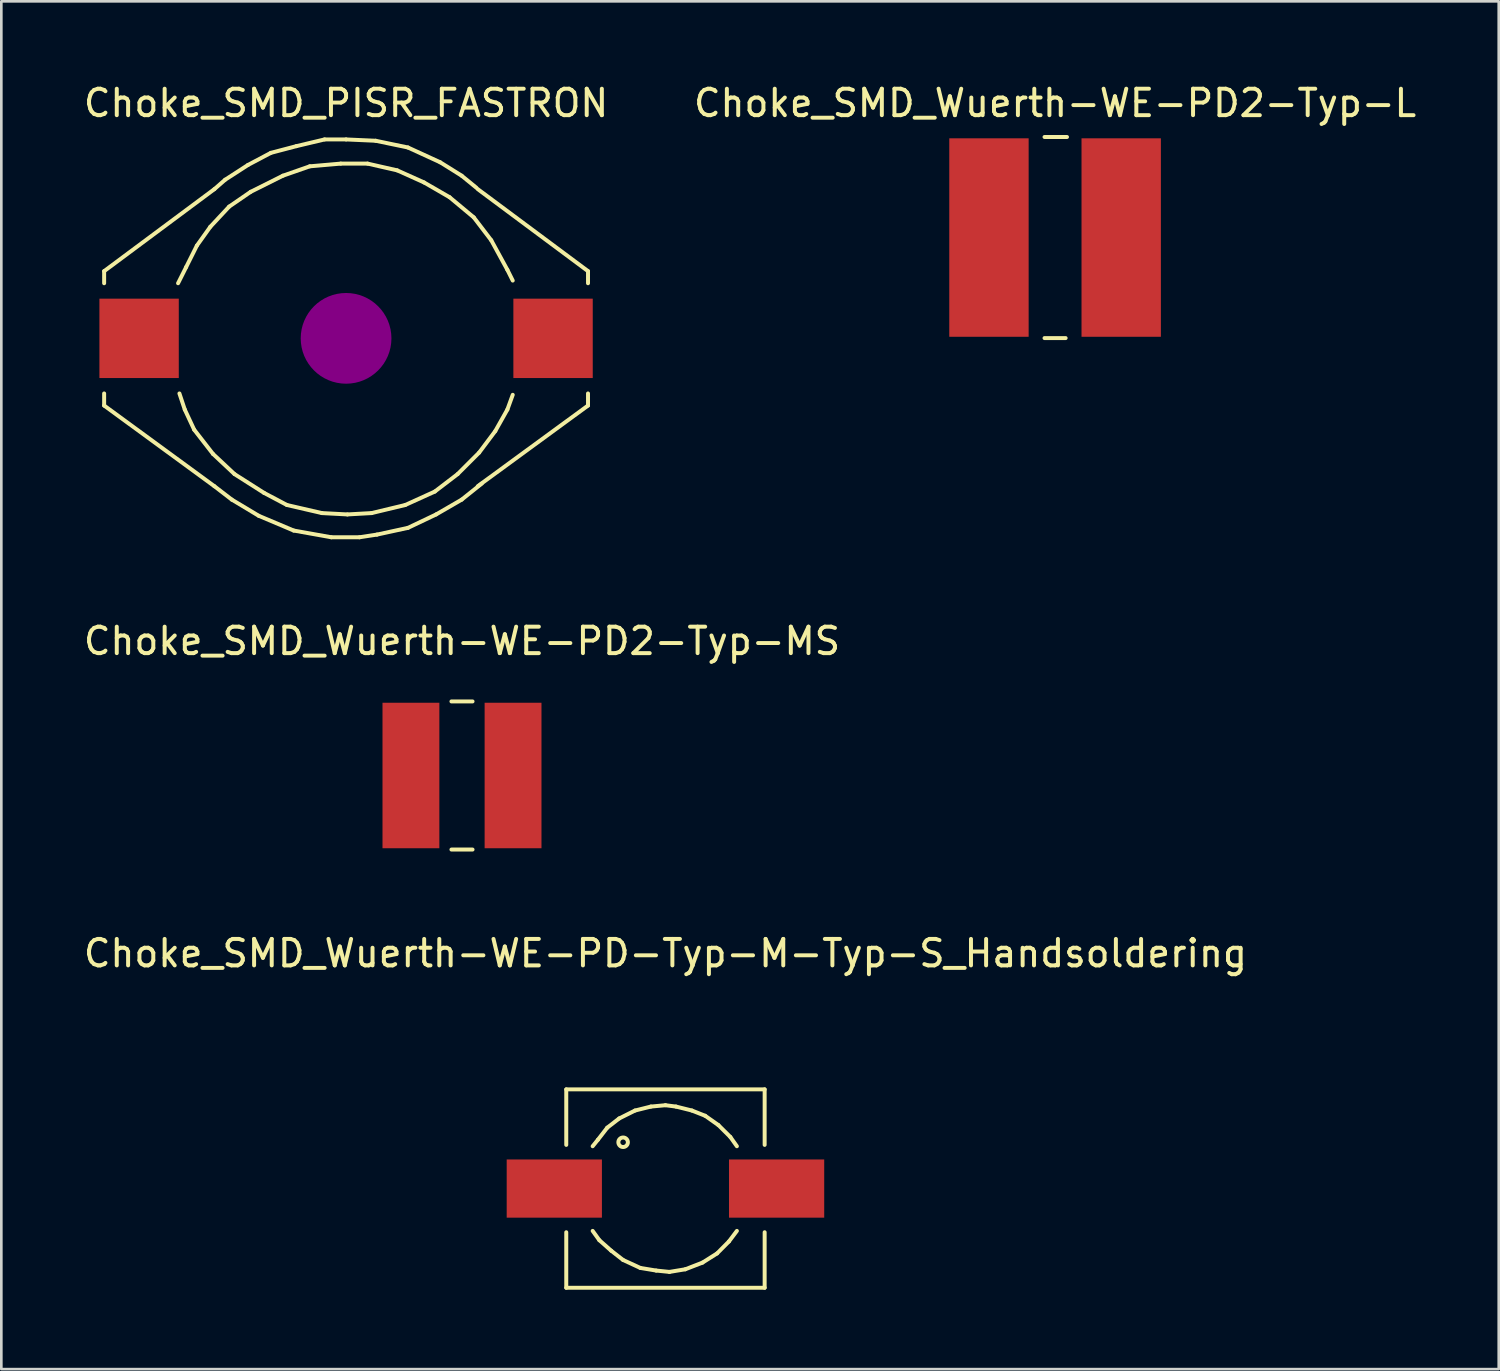
<source format=kicad_pcb>
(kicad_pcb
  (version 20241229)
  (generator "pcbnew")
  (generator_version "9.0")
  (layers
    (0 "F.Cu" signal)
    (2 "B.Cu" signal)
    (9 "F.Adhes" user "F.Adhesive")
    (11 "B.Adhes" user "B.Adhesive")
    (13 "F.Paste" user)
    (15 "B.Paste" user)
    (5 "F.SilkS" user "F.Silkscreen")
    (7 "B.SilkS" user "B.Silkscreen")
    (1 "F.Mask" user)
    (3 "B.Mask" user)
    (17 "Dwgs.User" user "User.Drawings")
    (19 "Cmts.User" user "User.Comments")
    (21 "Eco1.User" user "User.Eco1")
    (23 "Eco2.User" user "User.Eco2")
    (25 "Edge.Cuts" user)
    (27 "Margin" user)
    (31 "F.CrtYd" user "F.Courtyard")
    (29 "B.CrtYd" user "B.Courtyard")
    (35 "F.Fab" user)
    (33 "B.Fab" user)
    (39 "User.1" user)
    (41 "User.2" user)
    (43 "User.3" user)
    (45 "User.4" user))
  (footprint "Choke_SMD_Wuerth-WE-PD-Typ-M-Typ-S_Handsoldering"
    (layer "F.Cu")
    (at 22.101 41.872)
    (property "Reference" "Choke_SMD_Wuerth-WE-PD-Typ-M-Typ-S_Handsoldering" (at 0 -8.89 0) (layer "F.SilkS") (effects (font (size 1 1) (thickness 0.15))))
    (attr smd)
    (fp_line (start -3.749 -3.749) (end -3.749 -1.651) (stroke (width 0.15) (type solid)) (layer "F.SilkS"))
    (fp_line (start -3.749 1.651) (end -3.749 3.749) (stroke (width 0.15) (type solid)) (layer "F.SilkS"))
    (fp_line (start -3.749 3.749) (end 3.749 3.749) (stroke (width 0.15) (type solid)) (layer "F.SilkS"))
    (fp_line (start -2.751 1.6) (end -2.499 1.951) (stroke (width 0.15) (type solid)) (layer "F.SilkS"))
    (fp_line (start -2.55 -1.849) (end -2.751 -1.6) (stroke (width 0.15) (type solid)) (layer "F.SilkS"))
    (fp_line (start -2.499 1.951) (end -2.05 2.349) (stroke (width 0.15) (type solid)) (layer "F.SilkS"))
    (fp_line (start -2.2 -2.301) (end -2.55 -1.849) (stroke (width 0.15) (type solid)) (layer "F.SilkS"))
    (fp_line (start -2.05 2.349) (end -1.6 2.7) (stroke (width 0.15) (type solid)) (layer "F.SilkS"))
    (fp_line (start -1.75 -2.649) (end -2.2 -2.301) (stroke (width 0.15) (type solid)) (layer "F.SilkS"))
    (fp_line (start -1.6 2.7) (end -0.95 3) (stroke (width 0.15) (type solid)) (layer "F.SilkS"))
    (fp_line (start -1.151 -2.949) (end -1.75 -2.649) (stroke (width 0.15) (type solid)) (layer "F.SilkS"))
    (fp_line (start -0.95 3) (end -0.351 3.099) (stroke (width 0.15) (type solid)) (layer "F.SilkS"))
    (fp_line (start -0.551 -3.099) (end -1.151 -2.949) (stroke (width 0.15) (type solid)) (layer "F.SilkS"))
    (fp_line (start -0.351 3.099) (end 0.15 3.15) (stroke (width 0.15) (type solid)) (layer "F.SilkS"))
    (fp_line (start 0 -3.15) (end -0.551 -3.099) (stroke (width 0.15) (type solid)) (layer "F.SilkS"))
    (fp_line (start 0.15 3.15) (end 0.749 3.051) (stroke (width 0.15) (type solid)) (layer "F.SilkS"))
    (fp_line (start 0.399 -3.099) (end 0 -3.15) (stroke (width 0.15) (type solid)) (layer "F.SilkS"))
    (fp_line (start 0.749 3.051) (end 1.4 2.799) (stroke (width 0.15) (type solid)) (layer "F.SilkS"))
    (fp_line (start 1.001 -2.949) (end 0.399 -3.099) (stroke (width 0.15) (type solid)) (layer "F.SilkS"))
    (fp_line (start 1.4 2.799) (end 1.951 2.451) (stroke (width 0.15) (type solid)) (layer "F.SilkS"))
    (fp_line (start 1.501 -2.751) (end 1.001 -2.949) (stroke (width 0.15) (type solid)) (layer "F.SilkS"))
    (fp_line (start 1.951 2.451) (end 2.4 1.999) (stroke (width 0.15) (type solid)) (layer "F.SilkS"))
    (fp_line (start 1.999 -2.4) (end 1.501 -2.751) (stroke (width 0.15) (type solid)) (layer "F.SilkS"))
    (fp_line (start 2.4 1.999) (end 2.7 1.6) (stroke (width 0.15) (type solid)) (layer "F.SilkS"))
    (fp_line (start 2.451 -1.951) (end 1.999 -2.4) (stroke (width 0.15) (type solid)) (layer "F.SilkS"))
    (fp_line (start 2.7 -1.6) (end 2.451 -1.951) (stroke (width 0.15) (type solid)) (layer "F.SilkS"))
    (fp_line (start 3.749 -3.749) (end -3.749 -3.749) (stroke (width 0.15) (type solid)) (layer "F.SilkS"))
    (fp_line (start 3.749 -3.749) (end 3.749 -1.651) (stroke (width 0.15) (type solid)) (layer "F.SilkS"))
    (fp_line (start 3.749 3.749) (end 3.749 1.651) (stroke (width 0.15) (type solid)) (layer "F.SilkS"))
    (fp_circle (center -1.6 -1.75) (end -1.501 -1.6) (stroke (width 0.15) (type solid)) (fill no) (layer "F.SilkS"))
    (pad "1" smd rect (at -4.201 0) (size 3.599 2.2) (layers "F.Cu" "F.Mask" "F.Paste"))
    (pad "2" smd rect (at 4.201 0) (size 3.599 2.2) (layers "F.Cu" "F.Mask" "F.Paste")))
  (footprint "Choke_SMD_PISR_FASTRON"
    (layer "F.Cu")
    (at 10.03 9.738)
    (property "Reference" "Choke_SMD_PISR_FASTRON" (at 0 -8.89 0) (layer "F.SilkS") (effects (font (size 1 1) (thickness 0.15))))
    (attr smd)
    (fp_line (start -9.144 -2.54) (end -4.978 -5.639) (stroke (width 0.15) (type solid)) (layer "F.SilkS"))
    (fp_line (start -9.144 -2.083) (end -9.144 -2.54) (stroke (width 0.15) (type solid)) (layer "F.SilkS"))
    (fp_line (start -9.144 2.083) (end -9.144 2.54) (stroke (width 0.15) (type solid)) (layer "F.SilkS"))
    (fp_line (start -9.144 2.54) (end -4.978 5.588) (stroke (width 0.15) (type solid)) (layer "F.SilkS"))
    (fp_line (start -6.35 -2.083) (end -6.045 -2.692) (stroke (width 0.15) (type solid)) (layer "F.SilkS"))
    (fp_line (start -6.299 2.083) (end -6.096 2.692) (stroke (width 0.15) (type solid)) (layer "F.SilkS"))
    (fp_line (start -6.096 2.692) (end -5.74 3.454) (stroke (width 0.15) (type solid)) (layer "F.SilkS"))
    (fp_line (start -6.045 -2.692) (end -5.639 -3.505) (stroke (width 0.15) (type solid)) (layer "F.SilkS"))
    (fp_line (start -5.74 3.454) (end -5.029 4.369) (stroke (width 0.15) (type solid)) (layer "F.SilkS"))
    (fp_line (start -5.639 -3.505) (end -5.131 -4.216) (stroke (width 0.15) (type solid)) (layer "F.SilkS"))
    (fp_line (start -5.131 -4.216) (end -4.42 -4.978) (stroke (width 0.15) (type solid)) (layer "F.SilkS"))
    (fp_line (start -5.029 4.369) (end -4.216 5.131) (stroke (width 0.15) (type solid)) (layer "F.SilkS"))
    (fp_line (start -4.978 -5.639) (end -4.572 -5.994) (stroke (width 0.15) (type solid)) (layer "F.SilkS"))
    (fp_line (start -4.978 5.588) (end -4.318 6.096) (stroke (width 0.15) (type solid)) (layer "F.SilkS"))
    (fp_line (start -4.572 -5.994) (end -3.708 -6.553) (stroke (width 0.15) (type solid)) (layer "F.SilkS"))
    (fp_line (start -4.42 -4.978) (end -3.607 -5.537) (stroke (width 0.15) (type solid)) (layer "F.SilkS"))
    (fp_line (start -4.318 6.096) (end -3.302 6.706) (stroke (width 0.15) (type solid)) (layer "F.SilkS"))
    (fp_line (start -4.216 5.131) (end -3.099 5.842) (stroke (width 0.15) (type solid)) (layer "F.SilkS"))
    (fp_line (start -3.708 -6.553) (end -2.845 -7.01) (stroke (width 0.15) (type solid)) (layer "F.SilkS"))
    (fp_line (start -3.607 -5.537) (end -2.388 -6.147) (stroke (width 0.15) (type solid)) (layer "F.SilkS"))
    (fp_line (start -3.302 6.706) (end -1.981 7.264) (stroke (width 0.15) (type solid)) (layer "F.SilkS"))
    (fp_line (start -3.099 5.842) (end -2.235 6.299) (stroke (width 0.15) (type solid)) (layer "F.SilkS"))
    (fp_line (start -2.845 -7.01) (end -1.88 -7.264) (stroke (width 0.15) (type solid)) (layer "F.SilkS"))
    (fp_line (start -2.388 -6.147) (end -1.372 -6.502) (stroke (width 0.15) (type solid)) (layer "F.SilkS"))
    (fp_line (start -2.235 6.299) (end -0.914 6.604) (stroke (width 0.15) (type solid)) (layer "F.SilkS"))
    (fp_line (start -1.981 7.264) (end -0.559 7.518) (stroke (width 0.15) (type solid)) (layer "F.SilkS"))
    (fp_line (start -1.88 -7.264) (end -0.813 -7.518) (stroke (width 0.15) (type solid)) (layer "F.SilkS"))
    (fp_line (start -1.372 -6.502) (end -0.203 -6.604) (stroke (width 0.15) (type solid)) (layer "F.SilkS"))
    (fp_line (start -0.914 6.604) (end 0.051 6.655) (stroke (width 0.15) (type solid)) (layer "F.SilkS"))
    (fp_line (start -0.813 -7.518) (end 0 -7.518) (stroke (width 0.15) (type solid)) (layer "F.SilkS"))
    (fp_line (start -0.559 7.518) (end 0.508 7.518) (stroke (width 0.15) (type solid)) (layer "F.SilkS"))
    (fp_line (start -0.203 -6.604) (end 0.813 -6.604) (stroke (width 0.15) (type solid)) (layer "F.SilkS"))
    (fp_line (start 0 -7.518) (end 1.118 -7.468) (stroke (width 0.15) (type solid)) (layer "F.SilkS"))
    (fp_line (start 0.051 6.655) (end 0.965 6.604) (stroke (width 0.15) (type solid)) (layer "F.SilkS"))
    (fp_line (start 0.508 7.518) (end 1.168 7.417) (stroke (width 0.15) (type solid)) (layer "F.SilkS"))
    (fp_line (start 0.813 -6.604) (end 1.93 -6.35) (stroke (width 0.15) (type solid)) (layer "F.SilkS"))
    (fp_line (start 0.965 6.604) (end 2.235 6.299) (stroke (width 0.15) (type solid)) (layer "F.SilkS"))
    (fp_line (start 1.118 -7.468) (end 2.337 -7.214) (stroke (width 0.15) (type solid)) (layer "F.SilkS"))
    (fp_line (start 1.168 7.417) (end 2.337 7.163) (stroke (width 0.15) (type solid)) (layer "F.SilkS"))
    (fp_line (start 1.93 -6.35) (end 2.946 -5.893) (stroke (width 0.15) (type solid)) (layer "F.SilkS"))
    (fp_line (start 2.235 6.299) (end 3.353 5.791) (stroke (width 0.15) (type solid)) (layer "F.SilkS"))
    (fp_line (start 2.337 -7.214) (end 3.556 -6.655) (stroke (width 0.15) (type solid)) (layer "F.SilkS"))
    (fp_line (start 2.337 7.163) (end 3.404 6.655) (stroke (width 0.15) (type solid)) (layer "F.SilkS"))
    (fp_line (start 2.946 -5.893) (end 3.912 -5.334) (stroke (width 0.15) (type solid)) (layer "F.SilkS"))
    (fp_line (start 3.353 5.791) (end 4.216 5.131) (stroke (width 0.15) (type solid)) (layer "F.SilkS"))
    (fp_line (start 3.404 6.655) (end 4.369 6.096) (stroke (width 0.15) (type solid)) (layer "F.SilkS"))
    (fp_line (start 3.556 -6.655) (end 4.369 -6.147) (stroke (width 0.15) (type solid)) (layer "F.SilkS"))
    (fp_line (start 3.912 -5.334) (end 4.826 -4.572) (stroke (width 0.15) (type solid)) (layer "F.SilkS"))
    (fp_line (start 4.216 5.131) (end 5.029 4.318) (stroke (width 0.15) (type solid)) (layer "F.SilkS"))
    (fp_line (start 4.369 -6.147) (end 4.928 -5.69) (stroke (width 0.15) (type solid)) (layer "F.SilkS"))
    (fp_line (start 4.369 6.096) (end 5.131 5.486) (stroke (width 0.15) (type solid)) (layer "F.SilkS"))
    (fp_line (start 4.826 -4.572) (end 5.486 -3.708) (stroke (width 0.15) (type solid)) (layer "F.SilkS"))
    (fp_line (start 5.029 4.318) (end 5.639 3.505) (stroke (width 0.15) (type solid)) (layer "F.SilkS"))
    (fp_line (start 5.486 -3.708) (end 6.096 -2.591) (stroke (width 0.15) (type solid)) (layer "F.SilkS"))
    (fp_line (start 5.639 3.505) (end 6.096 2.692) (stroke (width 0.15) (type solid)) (layer "F.SilkS"))
    (fp_line (start 6.096 -2.591) (end 6.299 -2.184) (stroke (width 0.15) (type solid)) (layer "F.SilkS"))
    (fp_line (start 6.096 2.692) (end 6.299 2.134) (stroke (width 0.15) (type solid)) (layer "F.SilkS"))
    (fp_line (start 9.144 -2.54) (end 4.978 -5.639) (stroke (width 0.15) (type solid)) (layer "F.SilkS"))
    (fp_line (start 9.144 -2.083) (end 9.144 -2.54) (stroke (width 0.15) (type solid)) (layer "F.SilkS"))
    (fp_line (start 9.144 2.083) (end 9.144 2.54) (stroke (width 0.15) (type solid)) (layer "F.SilkS"))
    (fp_line (start 9.144 2.54) (end 4.978 5.588) (stroke (width 0.15) (type solid)) (layer "F.SilkS"))
    (fp_line (start 0 -0.254) (end 0 0.254) (stroke (width 0.381) (type solid)) (layer "F.Adhes"))
    (fp_circle (center 0 0) (end 0 0.254) (stroke (width 0.381) (type solid)) (fill no) (layer "F.Adhes"))
    (fp_circle (center 0 0) (end 0 0.508) (stroke (width 0.381) (type solid)) (fill no) (layer "F.Adhes"))
    (fp_circle (center 0 0) (end 0 0.762) (stroke (width 0.381) (type solid)) (fill no) (layer "F.Adhes"))
    (fp_circle (center 0 0) (end 0 1.016) (stroke (width 0.381) (type solid)) (fill no) (layer "F.Adhes"))
    (fp_circle (center 0 0) (end 0 1.27) (stroke (width 0.381) (type solid)) (fill no) (layer "F.Adhes"))
    (fp_circle (center 0 0) (end 0 1.524) (stroke (width 0.381) (type solid)) (fill no) (layer "F.Adhes"))
    (pad "1" smd rect (at 7.823 0) (size 3 3) (layers "F.Cu" "F.Mask" "F.Paste"))
    (pad "2" smd rect (at -7.823 0) (size 3 3) (layers "F.Cu" "F.Mask" "F.Paste")))
  (footprint "Choke_SMD_Wuerth-WE-PD2-Typ-MS"
    (layer "F.Cu")
    (at 14.411 26.26)
    (property "Reference" "Choke_SMD_Wuerth-WE-PD2-Typ-MS" (at 0 -5.08 0) (layer "F.SilkS") (effects (font (size 1 1) (thickness 0.15))))
    (attr smd)
    (fp_line (start -0.399 -2.799) (end 0.399 -2.799) (stroke (width 0.15) (type solid)) (layer "F.SilkS"))
    (fp_line (start -0.399 2.799) (end 0.399 2.799) (stroke (width 0.15) (type solid)) (layer "F.SilkS"))
    (pad "1" smd rect (at -1.93 0) (size 2.149 5.499) (layers "F.Cu" "F.Mask" "F.Paste"))
    (pad "2" smd rect (at 1.93 0) (size 2.149 5.499) (layers "F.Cu" "F.Mask" "F.Paste")))
  (footprint "Choke_SMD_Wuerth-WE-PD2-Typ-L"
    (layer "F.Cu")
    (at 36.827 5.928)
    (property "Reference" "Choke_SMD_Wuerth-WE-PD2-Typ-L" (at 0 -5.08 0) (layer "F.SilkS") (effects (font (size 1 1) (thickness 0.15))))
    (attr smd)
    (fp_line (start -0.399 -3.8) (end 0.45 -3.8) (stroke (width 0.15) (type solid)) (layer "F.SilkS"))
    (fp_line (start -0.399 3.8) (end 0.399 3.8) (stroke (width 0.15) (type solid)) (layer "F.SilkS"))
    (pad "1" smd rect (at -2.499 0) (size 3 7.501) (layers "F.Cu" "F.Mask" "F.Paste"))
    (pad "2" smd rect (at 2.499 0) (size 3 7.501) (layers "F.Cu" "F.Mask" "F.Paste")))
  (gr_rect
    (start -3 -3)
    (end 53.595 48.696)
    (stroke (width 0.1) (type default))
    (fill no)
    (layer "Edge.Cuts")))
</source>
